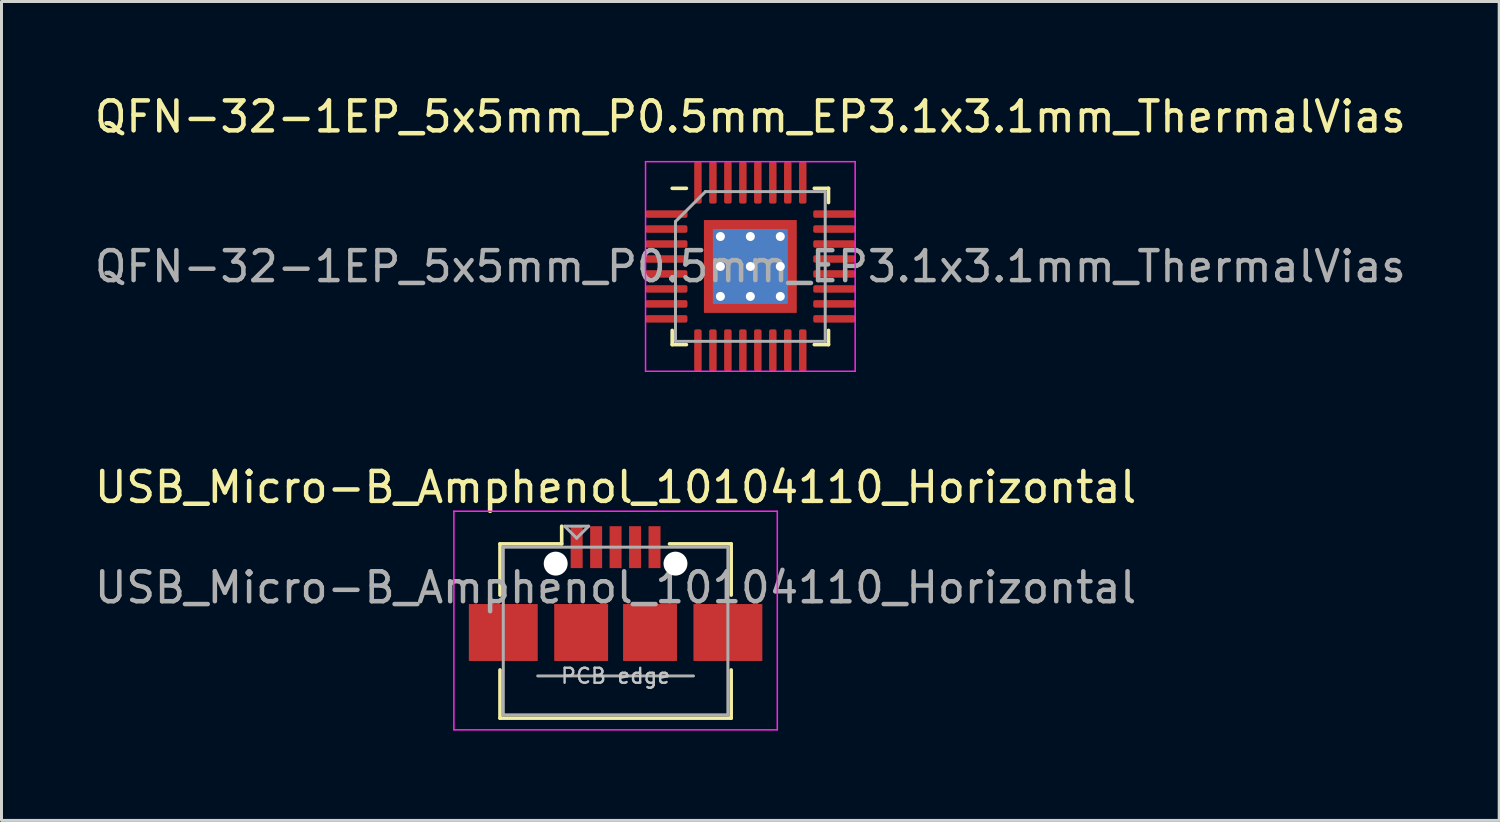
<source format=kicad_pcb>
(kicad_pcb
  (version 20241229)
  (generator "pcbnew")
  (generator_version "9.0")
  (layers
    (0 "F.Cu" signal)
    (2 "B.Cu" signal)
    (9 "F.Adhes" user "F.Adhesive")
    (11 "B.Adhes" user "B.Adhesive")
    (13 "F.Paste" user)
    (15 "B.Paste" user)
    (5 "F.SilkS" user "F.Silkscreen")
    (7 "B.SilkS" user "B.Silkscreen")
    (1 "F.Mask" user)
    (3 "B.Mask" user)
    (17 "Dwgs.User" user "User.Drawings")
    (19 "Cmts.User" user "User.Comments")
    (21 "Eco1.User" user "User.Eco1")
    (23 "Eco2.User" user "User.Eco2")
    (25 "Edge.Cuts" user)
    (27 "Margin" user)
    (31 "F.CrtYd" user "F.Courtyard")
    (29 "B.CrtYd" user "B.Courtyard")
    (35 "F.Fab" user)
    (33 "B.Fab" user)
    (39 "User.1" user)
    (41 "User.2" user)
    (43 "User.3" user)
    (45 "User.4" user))
  (footprint "QFN-32-1EP_5x5mm_P0.5mm_EP3.1x3.1mm_ThermalVias"
    (layer "F.Cu")
    (at 22.006 5.848)
    (property "Reference" "QFN-32-1EP_5x5mm_P0.5mm_EP3.1x3.1mm_ThermalVias" (at 0 -5 0) (layer "F.SilkS") (effects (font (size 1 1) (thickness 0.15))))
    (attr smd)
    (fp_line (start -2.61 2.61) (end -2.61 2.135) (stroke (width 0.12) (type solid)) (layer "F.SilkS"))
    (fp_line (start -2.135 -2.61) (end -2.61 -2.61) (stroke (width 0.12) (type solid)) (layer "F.SilkS"))
    (fp_line (start -2.135 2.61) (end -2.61 2.61) (stroke (width 0.12) (type solid)) (layer "F.SilkS"))
    (fp_line (start 2.135 -2.61) (end 2.61 -2.61) (stroke (width 0.12) (type solid)) (layer "F.SilkS"))
    (fp_line (start 2.135 2.61) (end 2.61 2.61) (stroke (width 0.12) (type solid)) (layer "F.SilkS"))
    (fp_line (start 2.61 -2.61) (end 2.61 -2.135) (stroke (width 0.12) (type solid)) (layer "F.SilkS"))
    (fp_line (start 2.61 2.61) (end 2.61 2.135) (stroke (width 0.12) (type solid)) (layer "F.SilkS"))
    (fp_line (start -3.5 -3.5) (end -3.5 3.5) (stroke (width 0.05) (type solid)) (layer "F.CrtYd"))
    (fp_line (start -3.5 3.5) (end 3.5 3.5) (stroke (width 0.05) (type solid)) (layer "F.CrtYd"))
    (fp_line (start 3.5 -3.5) (end -3.5 -3.5) (stroke (width 0.05) (type solid)) (layer "F.CrtYd"))
    (fp_line (start 3.5 3.5) (end 3.5 -3.5) (stroke (width 0.05) (type solid)) (layer "F.CrtYd"))
    (fp_line (start -2.5 -1.5) (end -1.5 -2.5) (stroke (width 0.1) (type solid)) (layer "F.Fab"))
    (fp_line (start -2.5 2.5) (end -2.5 -1.5) (stroke (width 0.1) (type solid)) (layer "F.Fab"))
    (fp_line (start -1.5 -2.5) (end 2.5 -2.5) (stroke (width 0.1) (type solid)) (layer "F.Fab"))
    (fp_line (start 2.5 -2.5) (end 2.5 2.5) (stroke (width 0.1) (type solid)) (layer "F.Fab"))
    (fp_line (start 2.5 2.5) (end -2.5 2.5) (stroke (width 0.1) (type solid)) (layer "F.Fab"))
    (fp_text user "${REFERENCE}" (at 0 0 0) (layer "F.Fab") (effects (font (size 1 1) (thickness 0.15))))
    (pad "" smd custom (at -1.275 -1.275) (size 0.319 0.319) (layers "F.Paste") (options (anchor circle)) (primitives (gr_poly (pts (xy 0.111 -0.000473) (xy -0.000473 0.111) (xy -0.111 0.111) (xy -0.111 -0.111) (xy 0.111 -0.111)) (width 0.222) (fill yes))))
    (pad "" smd custom (at -1.275 -0.5) (size 0.35 0.35) (layers "F.Paste") (options (anchor circle)) (primitives (gr_poly (pts (xy 0.128 -0.232) (xy 0.128 0.232) (xy 0.05 0.309) (xy -0.128 0.309) (xy -0.128 -0.309) (xy 0.05 -0.309)) (width 0.188) (fill yes))))
    (pad "" smd custom (at -1.275 0.5) (size 0.35 0.35) (layers "F.Paste") (options (anchor circle)) (primitives (gr_poly (pts (xy 0.128 -0.232) (xy 0.128 0.232) (xy 0.05 0.309) (xy -0.128 0.309) (xy -0.128 -0.309) (xy 0.05 -0.309)) (width 0.188) (fill yes))))
    (pad "" smd custom (at -1.275 1.275) (size 0.319 0.319) (layers "F.Paste") (options (anchor circle)) (primitives (gr_poly (pts (xy 0.111 0.000473) (xy 0.111 0.111) (xy -0.111 0.111) (xy -0.111 -0.111) (xy -0.000473 -0.111)) (width 0.222) (fill yes))))
    (pad "" smd custom (at -0.5 -1.275) (size 0.35 0.35) (layers "F.Paste") (options (anchor circle)) (primitives (gr_poly (pts (xy 0.309 0.05) (xy 0.232 0.128) (xy -0.232 0.128) (xy -0.309 0.05) (xy -0.309 -0.128) (xy 0.309 -0.128)) (width 0.188) (fill yes))))
    (pad "" smd roundrect (at -0.5 -0.5) (size 0.806 0.806) (layers "F.Paste") (roundrect_rratio 0.25))
    (pad "" smd roundrect (at -0.5 0.5) (size 0.806 0.806) (layers "F.Paste") (roundrect_rratio 0.25))
    (pad "" smd custom (at -0.5 1.275) (size 0.35 0.35) (layers "F.Paste") (options (anchor circle)) (primitives (gr_poly (pts (xy 0.309 -0.05) (xy 0.309 0.128) (xy -0.309 0.128) (xy -0.309 -0.05) (xy -0.232 -0.128) (xy 0.232 -0.128)) (width 0.188) (fill yes))))
    (pad "" smd custom (at 0.5 -1.275) (size 0.35 0.35) (layers "F.Paste") (options (anchor circle)) (primitives (gr_poly (pts (xy 0.309 0.05) (xy 0.232 0.128) (xy -0.232 0.128) (xy -0.309 0.05) (xy -0.309 -0.128) (xy 0.309 -0.128)) (width 0.188) (fill yes))))
    (pad "" smd roundrect (at 0.5 -0.5) (size 0.806 0.806) (layers "F.Paste") (roundrect_rratio 0.25))
    (pad "" smd roundrect (at 0.5 0.5) (size 0.806 0.806) (layers "F.Paste") (roundrect_rratio 0.25))
    (pad "" smd custom (at 0.5 1.275) (size 0.35 0.35) (layers "F.Paste") (options (anchor circle)) (primitives (gr_poly (pts (xy 0.309 -0.05) (xy 0.309 0.128) (xy -0.309 0.128) (xy -0.309 -0.05) (xy -0.232 -0.128) (xy 0.232 -0.128)) (width 0.188) (fill yes))))
    (pad "" smd custom (at 1.275 -1.275) (size 0.319 0.319) (layers "F.Paste") (options (anchor circle)) (primitives (gr_poly (pts (xy 0.111 0.111) (xy 0.000473 0.111) (xy -0.111 -0.000473) (xy -0.111 -0.111) (xy 0.111 -0.111)) (width 0.222) (fill yes))))
    (pad "" smd custom (at 1.275 -0.5) (size 0.35 0.35) (layers "F.Paste") (options (anchor circle)) (primitives (gr_poly (pts (xy 0.128 0.309) (xy -0.05 0.309) (xy -0.128 0.232) (xy -0.128 -0.232) (xy -0.05 -0.309) (xy 0.128 -0.309)) (width 0.188) (fill yes))))
    (pad "" smd custom (at 1.275 0.5) (size 0.35 0.35) (layers "F.Paste") (options (anchor circle)) (primitives (gr_poly (pts (xy 0.128 0.309) (xy -0.05 0.309) (xy -0.128 0.232) (xy -0.128 -0.232) (xy -0.05 -0.309) (xy 0.128 -0.309)) (width 0.188) (fill yes))))
    (pad "" smd custom (at 1.275 1.275) (size 0.319 0.319) (layers "F.Paste") (options (anchor circle)) (primitives (gr_poly (pts (xy 0.111 0.111) (xy -0.111 0.111) (xy -0.111 0.000473) (xy 0.000473 -0.111) (xy 0.111 -0.111)) (width 0.222) (fill yes))))
    (pad "1" smd roundrect (at -2.8 -1.75) (size 1.4 0.25) (layers "F.Cu" "F.Mask" "F.Paste") (roundrect_rratio 0.25))
    (pad "2" smd roundrect (at -2.8 -1.25) (size 1.4 0.25) (layers "F.Cu" "F.Mask" "F.Paste") (roundrect_rratio 0.25))
    (pad "3" smd roundrect (at -2.8 -0.75) (size 1.4 0.25) (layers "F.Cu" "F.Mask" "F.Paste") (roundrect_rratio 0.25))
    (pad "4" smd roundrect (at -2.8 -0.25) (size 1.4 0.25) (layers "F.Cu" "F.Mask" "F.Paste") (roundrect_rratio 0.25))
    (pad "5" smd roundrect (at -2.8 0.25) (size 1.4 0.25) (layers "F.Cu" "F.Mask" "F.Paste") (roundrect_rratio 0.25))
    (pad "6" smd roundrect (at -2.8 0.75) (size 1.4 0.25) (layers "F.Cu" "F.Mask" "F.Paste") (roundrect_rratio 0.25))
    (pad "7" smd roundrect (at -2.8 1.25) (size 1.4 0.25) (layers "F.Cu" "F.Mask" "F.Paste") (roundrect_rratio 0.25))
    (pad "8" smd roundrect (at -2.8 1.75) (size 1.4 0.25) (layers "F.Cu" "F.Mask" "F.Paste") (roundrect_rratio 0.25))
    (pad "9" smd roundrect (at -1.75 2.8) (size 0.25 1.4) (layers "F.Cu" "F.Mask" "F.Paste") (roundrect_rratio 0.25))
    (pad "10" smd roundrect (at -1.25 2.8) (size 0.25 1.4) (layers "F.Cu" "F.Mask" "F.Paste") (roundrect_rratio 0.25))
    (pad "11" smd roundrect (at -0.75 2.8) (size 0.25 1.4) (layers "F.Cu" "F.Mask" "F.Paste") (roundrect_rratio 0.25))
    (pad "12" smd roundrect (at -0.25 2.8) (size 0.25 1.4) (layers "F.Cu" "F.Mask" "F.Paste") (roundrect_rratio 0.25))
    (pad "13" smd roundrect (at 0.25 2.8) (size 0.25 1.4) (layers "F.Cu" "F.Mask" "F.Paste") (roundrect_rratio 0.25))
    (pad "14" smd roundrect (at 0.75 2.8) (size 0.25 1.4) (layers "F.Cu" "F.Mask" "F.Paste") (roundrect_rratio 0.25))
    (pad "15" smd roundrect (at 1.25 2.8) (size 0.25 1.4) (layers "F.Cu" "F.Mask" "F.Paste") (roundrect_rratio 0.25))
    (pad "16" smd roundrect (at 1.75 2.8) (size 0.25 1.4) (layers "F.Cu" "F.Mask" "F.Paste") (roundrect_rratio 0.25))
    (pad "17" smd roundrect (at 2.8 1.75) (size 1.4 0.25) (layers "F.Cu" "F.Mask" "F.Paste") (roundrect_rratio 0.25))
    (pad "18" smd roundrect (at 2.8 1.25) (size 1.4 0.25) (layers "F.Cu" "F.Mask" "F.Paste") (roundrect_rratio 0.25))
    (pad "19" smd roundrect (at 2.8 0.75) (size 1.4 0.25) (layers "F.Cu" "F.Mask" "F.Paste") (roundrect_rratio 0.25))
    (pad "20" smd roundrect (at 2.8 0.25) (size 1.4 0.25) (layers "F.Cu" "F.Mask" "F.Paste") (roundrect_rratio 0.25))
    (pad "21" smd roundrect (at 2.8 -0.25) (size 1.4 0.25) (layers "F.Cu" "F.Mask" "F.Paste") (roundrect_rratio 0.25))
    (pad "22" smd roundrect (at 2.8 -0.75) (size 1.4 0.25) (layers "F.Cu" "F.Mask" "F.Paste") (roundrect_rratio 0.25))
    (pad "23" smd roundrect (at 2.8 -1.25) (size 1.4 0.25) (layers "F.Cu" "F.Mask" "F.Paste") (roundrect_rratio 0.25))
    (pad "24" smd roundrect (at 2.8 -1.75) (size 1.4 0.25) (layers "F.Cu" "F.Mask" "F.Paste") (roundrect_rratio 0.25))
    (pad "25" smd roundrect (at 1.75 -2.8) (size 0.25 1.4) (layers "F.Cu" "F.Mask" "F.Paste") (roundrect_rratio 0.25))
    (pad "26" smd roundrect (at 1.25 -2.8) (size 0.25 1.4) (layers "F.Cu" "F.Mask" "F.Paste") (roundrect_rratio 0.25))
    (pad "27" smd roundrect (at 0.75 -2.8) (size 0.25 1.4) (layers "F.Cu" "F.Mask" "F.Paste") (roundrect_rratio 0.25))
    (pad "28" smd roundrect (at 0.25 -2.8) (size 0.25 1.4) (layers "F.Cu" "F.Mask" "F.Paste") (roundrect_rratio 0.25))
    (pad "29" smd roundrect (at -0.25 -2.8) (size 0.25 1.4) (layers "F.Cu" "F.Mask" "F.Paste") (roundrect_rratio 0.25))
    (pad "30" smd roundrect (at -0.75 -2.8) (size 0.25 1.4) (layers "F.Cu" "F.Mask" "F.Paste") (roundrect_rratio 0.25))
    (pad "31" smd roundrect (at -1.25 -2.8) (size 0.25 1.4) (layers "F.Cu" "F.Mask" "F.Paste") (roundrect_rratio 0.25))
    (pad "32" smd roundrect (at -1.75 -2.8) (size 0.25 1.4) (layers "F.Cu" "F.Mask" "F.Paste") (roundrect_rratio 0.25))
    (pad "33" thru_hole circle (at -1 -1) (size 0.5 0.5) (drill 0.3) (layers "*.Cu"))
    (pad "33" thru_hole circle (at -1 0) (size 0.5 0.5) (drill 0.3) (layers "*.Cu"))
    (pad "33" thru_hole circle (at -1 1) (size 0.5 0.5) (drill 0.3) (layers "*.Cu"))
    (pad "33" thru_hole circle (at 0 -1) (size 0.5 0.5) (drill 0.3) (layers "*.Cu"))
    (pad "33" thru_hole circle (at 0 0) (size 0.5 0.5) (drill 0.3) (layers "*.Cu"))
    (pad "33" smd rect (at 0 0) (size 2.5 2.5) (layers "B.Cu"))
    (pad "33" smd rect (at 0 0) (size 3.1 3.1) (layers "F.Cu" "F.Mask"))
    (pad "33" thru_hole circle (at 0 1) (size 0.5 0.5) (drill 0.3) (layers "*.Cu"))
    (pad "33" thru_hole circle (at 1 -1) (size 0.5 0.5) (drill 0.3) (layers "*.Cu"))
    (pad "33" thru_hole circle (at 1 0) (size 0.5 0.5) (drill 0.3) (layers "*.Cu"))
    (pad "33" thru_hole circle (at 1 1) (size 0.5 0.5) (drill 0.3) (layers "*.Cu")))
  (footprint "USB_Micro-B_Amphenol_10104110_Horizontal"
    (layer "F.Cu")
    (at 17.506 16.771)
    (property "Reference" "USB_Micro-B_Amphenol_10104110_Horizontal" (at 0 -3.55 0) (layer "F.SilkS") (effects (font (size 1 1) (thickness 0.15))))
    (attr smd)
    (fp_line (start -3.86 -1.66) (end -1.8 -1.66) (stroke (width 0.12) (type solid)) (layer "F.SilkS"))
    (fp_line (start -3.86 0.05) (end -3.86 -1.66) (stroke (width 0.12) (type solid)) (layer "F.SilkS"))
    (fp_line (start -3.86 4.16) (end -3.86 2.55) (stroke (width 0.12) (type solid)) (layer "F.SilkS"))
    (fp_line (start -3.86 4.16) (end 3.86 4.16) (stroke (width 0.12) (type solid)) (layer "F.SilkS"))
    (fp_line (start -1.8 -1.66) (end -1.8 -2.25) (stroke (width 0.12) (type solid)) (layer "F.SilkS"))
    (fp_line (start 3.86 -1.66) (end 1.8 -1.66) (stroke (width 0.12) (type solid)) (layer "F.SilkS"))
    (fp_line (start 3.86 0.05) (end 3.86 -1.66) (stroke (width 0.12) (type solid)) (layer "F.SilkS"))
    (fp_line (start 3.86 4.16) (end 3.86 2.55) (stroke (width 0.12) (type solid)) (layer "F.SilkS"))
    (fp_line (start -5.4 -2.75) (end -5.4 4.55) (stroke (width 0.05) (type solid)) (layer "F.CrtYd"))
    (fp_line (start -5.4 4.55) (end 5.4 4.55) (stroke (width 0.05) (type solid)) (layer "F.CrtYd"))
    (fp_line (start 5.4 -2.75) (end -5.4 -2.75) (stroke (width 0.05) (type solid)) (layer "F.CrtYd"))
    (fp_line (start 5.4 4.55) (end 5.4 -2.75) (stroke (width 0.05) (type solid)) (layer "F.CrtYd"))
    (fp_line (start -3.75 -1.55) (end 3.75 -1.55) (stroke (width 0.1) (type solid)) (layer "F.Fab"))
    (fp_line (start -3.75 4.05) (end -3.75 -1.55) (stroke (width 0.1) (type solid)) (layer "F.Fab"))
    (fp_line (start -2.6 2.75) (end 2.6 2.75) (stroke (width 0.1) (type solid)) (layer "F.Fab"))
    (fp_line (start -1.7 -2.25) (end -1.3 -1.85) (stroke (width 0.1) (type solid)) (layer "F.Fab"))
    (fp_line (start -1.3 -1.85) (end -0.9 -2.25) (stroke (width 0.1) (type solid)) (layer "F.Fab"))
    (fp_line (start -0.9 -2.25) (end -1.7 -2.25) (stroke (width 0.1) (type solid)) (layer "F.Fab"))
    (fp_line (start 3.75 -1.55) (end 3.75 4.05) (stroke (width 0.1) (type solid)) (layer "F.Fab"))
    (fp_line (start 3.75 4.05) (end -3.75 4.05) (stroke (width 0.1) (type solid)) (layer "F.Fab"))
    (fp_text user "PCB edge" (at 0 2.75 0) (layer "Dwgs.User") (effects (font (size 0.5 0.5) (thickness 0.08))))
    (fp_text user "${REFERENCE}" (at 0 -0.2 0) (layer "F.Fab") (effects (font (size 1 1) (thickness 0.15))))
    (pad "" np_thru_hole circle (at -2 -1) (size 0.8 0.8) (drill 0.8) (layers "*.Cu" "*.Mask"))
    (pad "" np_thru_hole circle (at 2 -1) (size 0.8 0.8) (drill 0.8) (layers "*.Cu" "*.Mask"))
    (pad "1" smd rect (at -1.3 -1.55) (size 0.4 1.4) (layers "F.Cu" "F.Mask" "F.Paste"))
    (pad "2" smd rect (at -0.65 -1.55) (size 0.4 1.4) (layers "F.Cu" "F.Mask" "F.Paste"))
    (pad "3" smd rect (at 0 -1.55) (size 0.4 1.4) (layers "F.Cu" "F.Mask" "F.Paste"))
    (pad "4" smd rect (at 0.65 -1.55) (size 0.4 1.4) (layers "F.Cu" "F.Mask" "F.Paste"))
    (pad "5" smd rect (at 1.3 -1.55) (size 0.4 1.4) (layers "F.Cu" "F.Mask" "F.Paste"))
    (pad "6" smd rect (at -3.75 1.3) (size 2.3 1.9) (layers "F.Cu" "F.Mask" "F.Paste"))
    (pad "6" smd rect (at -1.15 1.3) (size 1.8 1.9) (layers "F.Cu" "F.Mask" "F.Paste"))
    (pad "6" smd rect (at 1.15 1.3) (size 1.8 1.9) (layers "F.Cu" "F.Mask" "F.Paste"))
    (pad "6" smd rect (at 3.75 1.3) (size 2.3 1.9) (layers "F.Cu" "F.Mask" "F.Paste")))
  (gr_rect
    (start -3 -3)
    (end 47.012 24.346)
    (stroke (width 0.1) (type default))
    (fill no)
    (layer "Edge.Cuts")))
</source>
